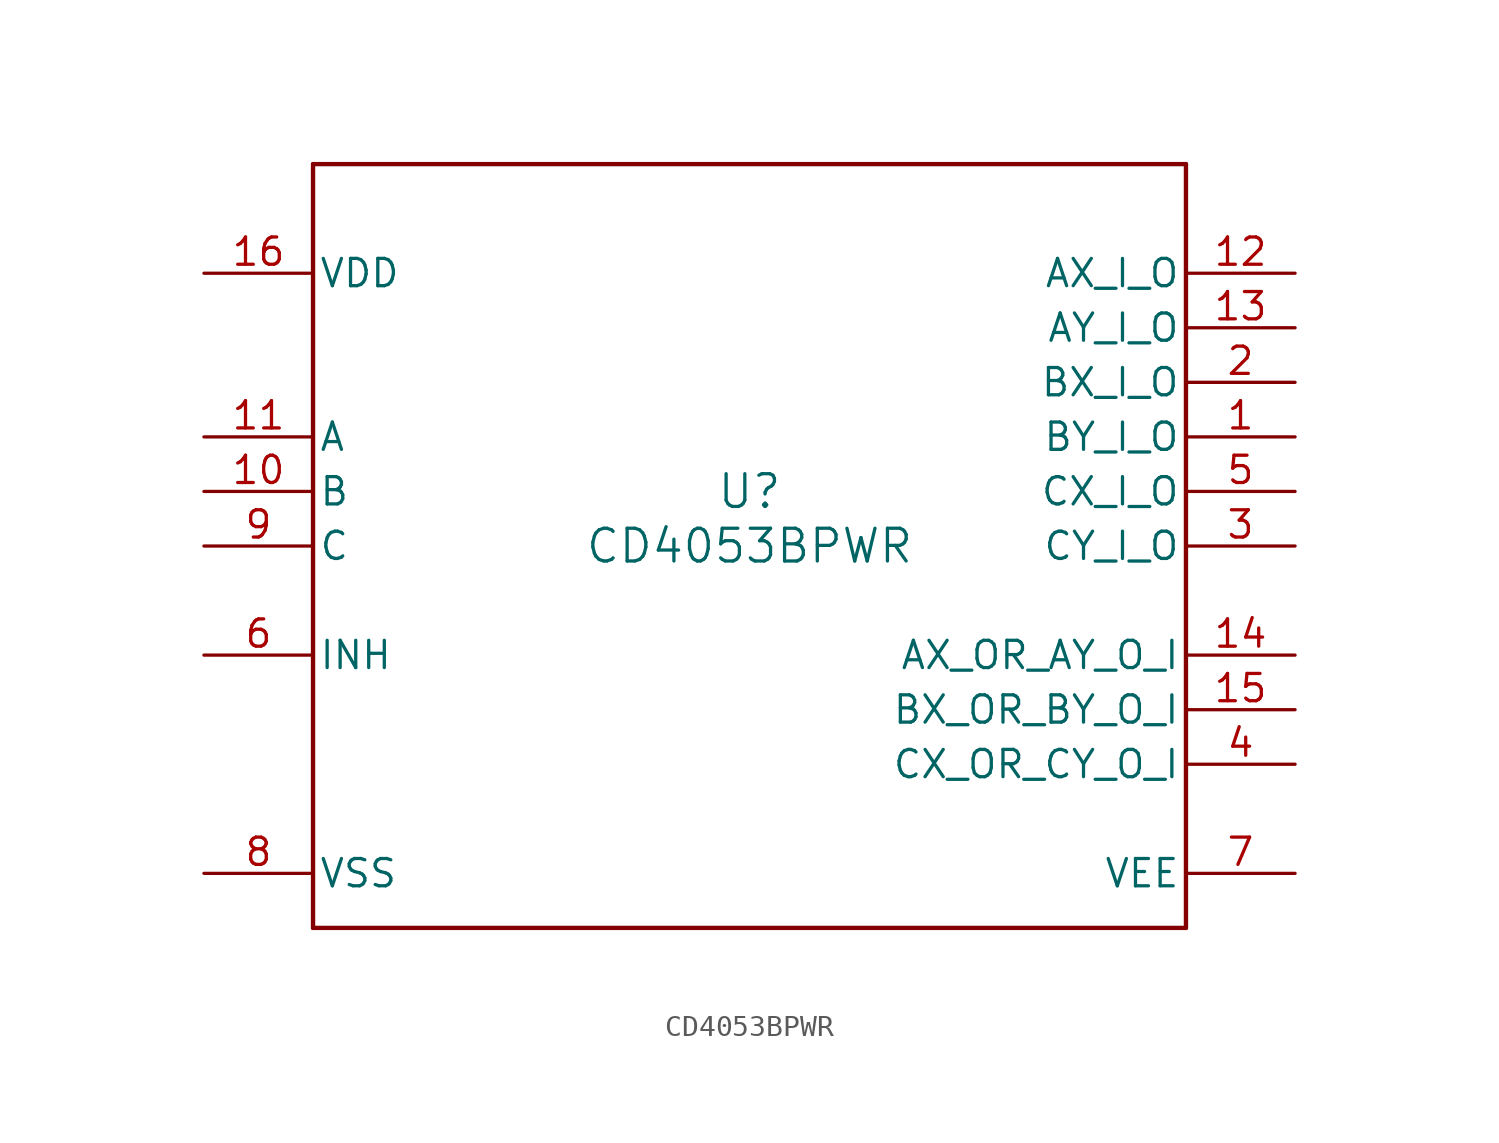
<source format=kicad_sym>
(kicad_symbol_lib
  (version 20211014)
  (generator kicad_symbol_editor)
  (symbol "CD4053BPWR"
    (pin_names
      (offset 0.254))
    (property "Reference" "U"
      (at 0 2.54 0)
      (effects (font (size 1.524 1.524))))
    (property "Value" "CD4053BPWR"
      (at 0 0 0)
      (effects (font (size 1.524 1.524))))
    (symbol "CD4053BPWR_0_1"
      (polyline (pts (xy -20.32 -17.78) (xy 20.32 -17.78)) (stroke (width 0.203) (type default) (color 0 0 0 0)) (fill (type none)))
      (polyline (pts (xy 20.32 -17.78) (xy 20.32 17.78)) (stroke (width 0.203) (type default) (color 0 0 0 0)) (fill (type none)))
      (polyline (pts (xy 20.32 17.78) (xy -20.32 17.78)) (stroke (width 0.203) (type default) (color 0 0 0 0)) (fill (type none)))
      (polyline (pts (xy -20.32 17.78) (xy -20.32 -17.78)) (stroke (width 0.203) (type default) (color 0 0 0 0)) (fill (type none)))
      (pin bidirectional line (at 25.4 5.08 180) (length 5.08) (name "BY I_O" (effects (font (size 1.27 1.27)))) (number "1" (effects (font (size 1.27 1.27)))))
      (pin bidirectional line (at 25.4 7.62 180) (length 5.08) (name "BX I_O" (effects (font (size 1.27 1.27)))) (number "2" (effects (font (size 1.27 1.27)))))
      (pin bidirectional line (at 25.4 0 180) (length 5.08) (name "CY I_O" (effects (font (size 1.27 1.27)))) (number "3" (effects (font (size 1.27 1.27)))))
      (pin bidirectional line (at 25.4 -10.16 180) (length 5.08) (name "CX OR CY O_I" (effects (font (size 1.27 1.27)))) (number "4" (effects (font (size 1.27 1.27)))))
      (pin bidirectional line (at 25.4 2.54 180) (length 5.08) (name "CX I_O" (effects (font (size 1.27 1.27)))) (number "5" (effects (font (size 1.27 1.27)))))
      (pin input line (at -25.4 -5.08 0) (length 5.08) (name "INH" (effects (font (size 1.27 1.27)))) (number "6" (effects (font (size 1.27 1.27)))))
      (pin power_in line (at 25.4 -15.24 180) (length 5.08) (name "VEE" (effects (font (size 1.27 1.27)))) (number "7" (effects (font (size 1.27 1.27)))))
      (pin power_in line (at -25.4 -15.24 0) (length 5.08) (name "VSS" (effects (font (size 1.27 1.27)))) (number "8" (effects (font (size 1.27 1.27)))))
      (pin input line (at -25.4 0 0) (length 5.08) (name "C" (effects (font (size 1.27 1.27)))) (number "9" (effects (font (size 1.27 1.27)))))
      (pin input line (at -25.4 2.54 0) (length 5.08) (name "B" (effects (font (size 1.27 1.27)))) (number "10" (effects (font (size 1.27 1.27)))))
      (pin input line (at -25.4 5.08 0) (length 5.08) (name "A" (effects (font (size 1.27 1.27)))) (number "11" (effects (font (size 1.27 1.27)))))
      (pin bidirectional line (at 25.4 12.7 180) (length 5.08) (name "AX I_O" (effects (font (size 1.27 1.27)))) (number "12" (effects (font (size 1.27 1.27)))))
      (pin bidirectional line (at 25.4 10.16 180) (length 5.08) (name "AY I_O" (effects (font (size 1.27 1.27)))) (number "13" (effects (font (size 1.27 1.27)))))
      (pin bidirectional line (at 25.4 -5.08 180) (length 5.08) (name "AX OR AY O_I" (effects (font (size 1.27 1.27)))) (number "14" (effects (font (size 1.27 1.27)))))
      (pin bidirectional line (at 25.4 -7.62 180) (length 5.08) (name "BX OR BY O_I" (effects (font (size 1.27 1.27)))) (number "15" (effects (font (size 1.27 1.27)))))
      (pin power_in line (at -25.4 12.7 0) (length 5.08) (name "VDD" (effects (font (size 1.27 1.27)))) (number "16" (effects (font (size 1.27 1.27))))))))
</source>
